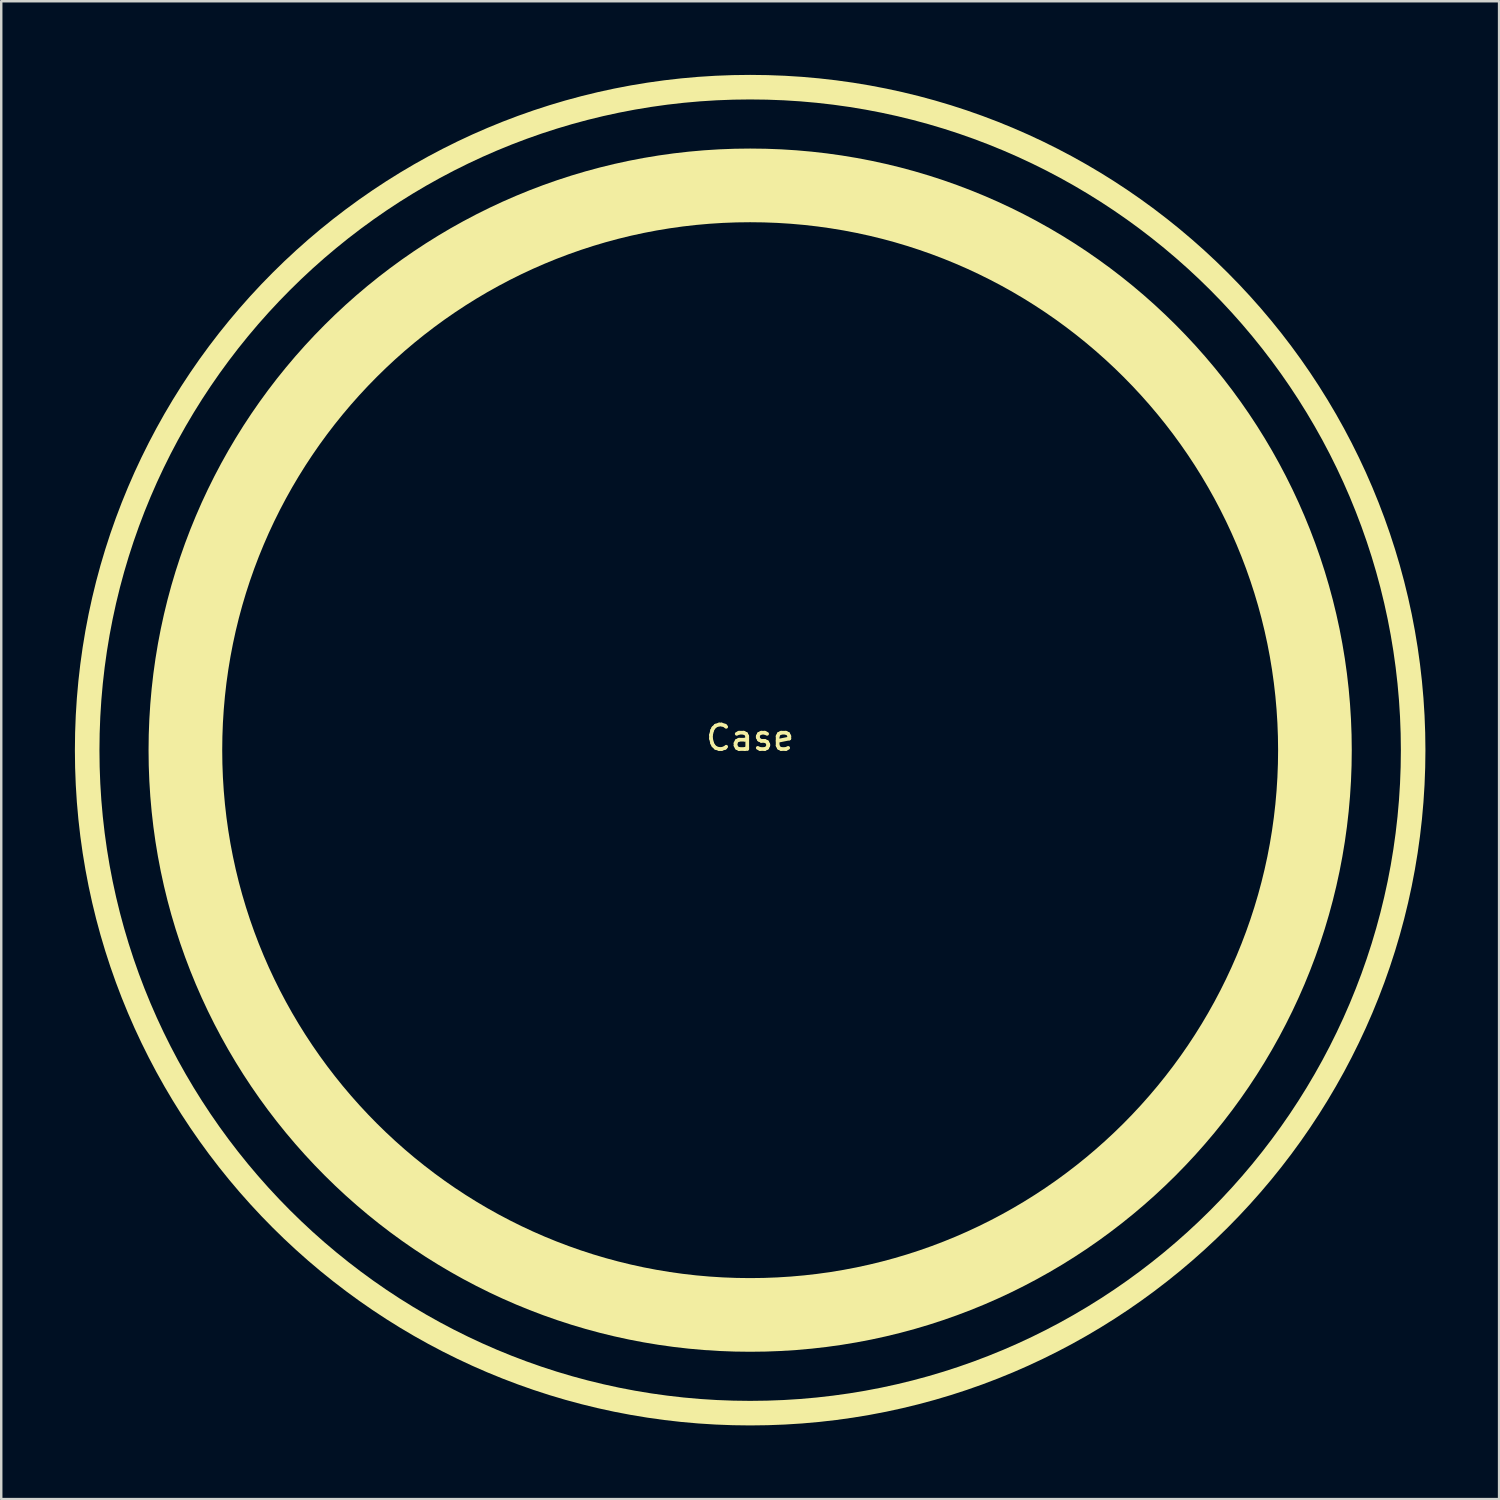
<source format=kicad_pcb>
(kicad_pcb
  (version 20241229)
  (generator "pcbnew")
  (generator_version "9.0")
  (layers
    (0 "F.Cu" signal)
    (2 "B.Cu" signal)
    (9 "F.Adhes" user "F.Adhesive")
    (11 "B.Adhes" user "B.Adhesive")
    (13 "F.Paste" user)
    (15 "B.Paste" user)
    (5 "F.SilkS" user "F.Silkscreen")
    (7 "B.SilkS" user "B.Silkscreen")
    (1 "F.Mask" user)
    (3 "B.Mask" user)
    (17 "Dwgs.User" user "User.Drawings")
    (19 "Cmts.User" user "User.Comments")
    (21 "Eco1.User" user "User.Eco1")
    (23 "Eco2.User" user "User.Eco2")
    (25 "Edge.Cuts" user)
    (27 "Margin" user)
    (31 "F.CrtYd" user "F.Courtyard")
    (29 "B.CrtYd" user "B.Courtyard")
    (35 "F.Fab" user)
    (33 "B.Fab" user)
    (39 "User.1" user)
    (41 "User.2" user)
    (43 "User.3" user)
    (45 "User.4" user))
  (footprint "Case"
    (layer "F.Cu")
    (at 27.5 27.5)
    (property "Reference" "Case" (at 0 -0.5 0) (unlocked yes) (layer "F.SilkS") (effects (font (size 1 1) (thickness 0.15))))
    (fp_circle (center 0 0) (end 23 0) (stroke (width 3) (type solid)) (fill no) (layer "F.SilkS"))
    (fp_circle (center 0 0) (end 27 0) (stroke (width 1) (type solid)) (fill no) (layer "F.SilkS")))
  (gr_rect
    (start -3 -3)
    (end 58 58)
    (stroke (width 0.1) (type default))
    (fill no)
    (layer "Edge.Cuts")))
</source>
